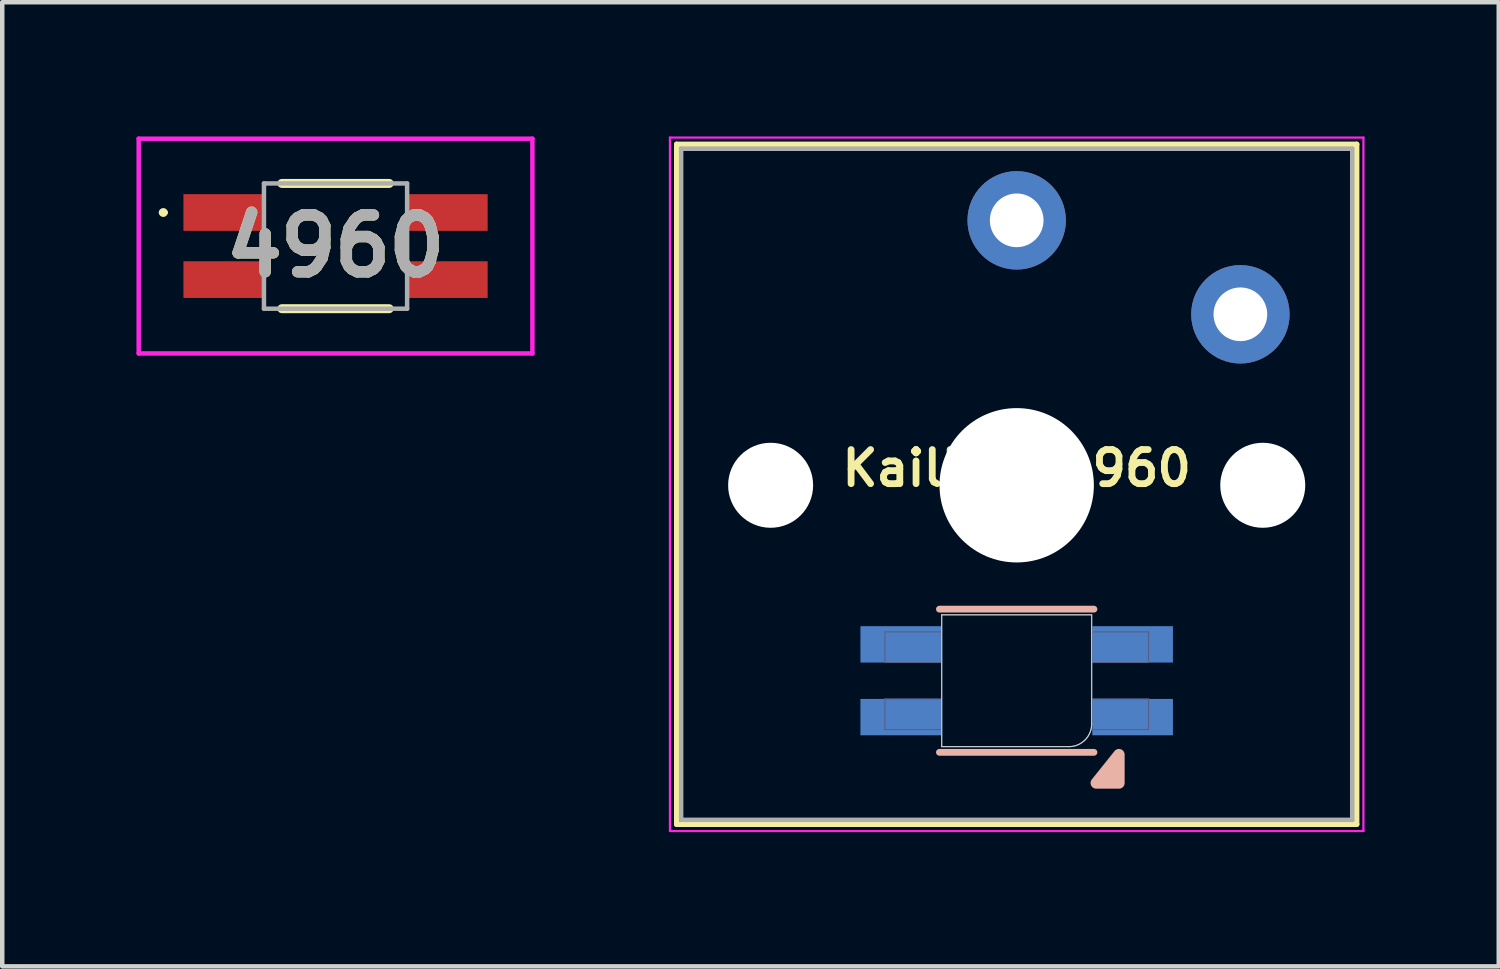
<source format=kicad_pcb>
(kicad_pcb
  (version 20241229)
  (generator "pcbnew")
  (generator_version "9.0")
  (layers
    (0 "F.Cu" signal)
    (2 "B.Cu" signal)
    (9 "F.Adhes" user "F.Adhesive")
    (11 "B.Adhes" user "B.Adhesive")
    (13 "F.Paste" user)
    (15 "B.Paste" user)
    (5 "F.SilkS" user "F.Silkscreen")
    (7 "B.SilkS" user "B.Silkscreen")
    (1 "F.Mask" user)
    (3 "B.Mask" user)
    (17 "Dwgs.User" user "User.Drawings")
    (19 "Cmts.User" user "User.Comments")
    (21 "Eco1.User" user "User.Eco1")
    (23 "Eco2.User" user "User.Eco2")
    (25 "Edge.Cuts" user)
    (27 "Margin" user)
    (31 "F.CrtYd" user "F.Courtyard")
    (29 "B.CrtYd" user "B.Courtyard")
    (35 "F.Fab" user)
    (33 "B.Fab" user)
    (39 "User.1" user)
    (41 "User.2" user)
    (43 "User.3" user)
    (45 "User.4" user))
  (footprint "4960"
    (layer "F.Cu")
    (at 4.45 2.45)
    (property "Reference" "4960" (at 0 0 0) (layer "F.SilkS") (effects (font (size 1.27 1.27) (thickness 0.254))))
    (attr smd)
    (fp_line (start -3.9 -0.75) (end -3.9 -0.75) (stroke (width 0.1) (type solid)) (layer "F.SilkS"))
    (fp_line (start -3.8 -0.75) (end -3.8 -0.75) (stroke (width 0.1) (type solid)) (layer "F.SilkS"))
    (fp_line (start -1.2 -1.4) (end 1.2 -1.4) (stroke (width 0.2) (type solid)) (layer "F.SilkS"))
    (fp_line (start -1.2 1.4) (end 1.2 1.4) (stroke (width 0.2) (type solid)) (layer "F.SilkS"))
    (fp_arc (start -3.9 -0.75) (mid -3.85 -0.8) (end -3.8 -0.75) (stroke (width 0.1) (type solid)) (layer "F.SilkS"))
    (fp_arc (start -3.8 -0.75) (mid -3.85 -0.7) (end -3.9 -0.75) (stroke (width 0.1) (type solid)) (layer "F.SilkS"))
    (fp_line (start -4.4 -2.4) (end 4.4 -2.4) (stroke (width 0.1) (type solid)) (layer "F.CrtYd"))
    (fp_line (start -4.4 2.4) (end -4.4 -2.4) (stroke (width 0.1) (type solid)) (layer "F.CrtYd"))
    (fp_line (start 4.4 -2.4) (end 4.4 2.4) (stroke (width 0.1) (type solid)) (layer "F.CrtYd"))
    (fp_line (start 4.4 2.4) (end -4.4 2.4) (stroke (width 0.1) (type solid)) (layer "F.CrtYd"))
    (fp_line (start -1.6 -1.4) (end 1.6 -1.4) (stroke (width 0.1) (type solid)) (layer "F.Fab"))
    (fp_line (start -1.6 1.4) (end -1.6 -1.4) (stroke (width 0.1) (type solid)) (layer "F.Fab"))
    (fp_line (start 1.6 -1.4) (end 1.6 1.4) (stroke (width 0.1) (type solid)) (layer "F.Fab"))
    (fp_line (start 1.6 1.4) (end -1.6 1.4) (stroke (width 0.1) (type solid)) (layer "F.Fab"))
    (fp_text user "${REFERENCE}" (at 0 0 0) (layer "F.Fab") (effects (font (size 1.27 1.27) (thickness 0.254))))
    (pad "1" smd rect (at -2.5 -0.75 90) (size 0.82 1.8) (layers "F.Cu" "F.Mask" "F.Paste"))
    (pad "2" smd rect (at -2.5 0.75 90) (size 0.82 1.8) (layers "F.Cu" "F.Mask" "F.Paste"))
    (pad "3" smd rect (at 2.5 0.75 90) (size 0.82 1.8) (layers "F.Cu" "F.Mask" "F.Paste"))
    (pad "4" smd rect (at 2.5 -0.75 90) (size 0.82 1.8) (layers "F.Cu" "F.Mask" "F.Paste")))
  (footprint "Kailh_w_4960"
    (layer "F.Cu")
    (at 19.675 7.797)
    (property "Reference" "Kailh_w_4960" (at 0 -0.381 0) (unlocked yes) (layer "F.SilkS") (effects (font (size 0.762 0.762) (thickness 0.152))))
    (attr through_hole)
    (fp_line (start -7.6 -7.622) (end -7.6 7.578) (stroke (width 0.12) (type solid)) (layer "F.SilkS"))
    (fp_line (start -7.6 7.578) (end 7.6 7.578) (stroke (width 0.12) (type solid)) (layer "F.SilkS"))
    (fp_line (start 7.6 -7.622) (end -7.6 -7.622) (stroke (width 0.12) (type solid)) (layer "F.SilkS"))
    (fp_line (start 7.6 7.578) (end 7.6 -7.622) (stroke (width 0.12) (type solid)) (layer "F.SilkS"))
    (fp_line (start -1.727 2.769) (end 1.727 2.769) (stroke (width 0.152) (type solid)) (layer "B.SilkS"))
    (fp_line (start 1.727 5.969) (end -1.727 5.969) (stroke (width 0.152) (type solid)) (layer "B.SilkS"))
    (fp_poly (pts (xy 1.778 6.655) (xy 2.286 6.02) (xy 2.286 6.655)) (stroke (width 0.254) (type solid)) (fill yes) (layer "B.SilkS"))
    (fp_line (start -7.25 -7.272) (end -7.25 7.228) (stroke (width 0.1) (type solid)) (layer "Eco1.User"))
    (fp_line (start -7.25 7.228) (end 7.25 7.228) (stroke (width 0.1) (type solid)) (layer "Eco1.User"))
    (fp_line (start 7.25 -7.272) (end -7.25 -7.272) (stroke (width 0.1) (type solid)) (layer "Eco1.User"))
    (fp_line (start 7.25 7.228) (end 7.25 -7.272) (stroke (width 0.1) (type solid)) (layer "Eco1.User"))
    (fp_line (start -1.676 2.896) (end -1.676 5.842) (stroke (width 0.025) (type solid)) (layer "Edge.Cuts"))
    (fp_line (start -1.676 2.896) (end 1.676 2.896) (stroke (width 0.025) (type solid)) (layer "Edge.Cuts"))
    (fp_line (start -1.676 5.842) (end 1.168 5.842) (stroke (width 0.025) (type solid)) (layer "Edge.Cuts"))
    (fp_line (start 1.676 5.334) (end 1.676 2.896) (stroke (width 0.025) (type solid)) (layer "Edge.Cuts"))
    (fp_arc (start 1.6764 5.334) (mid 1.52761 5.69321) (end 1.1684 5.842) (stroke (width 0.0254) (type default)) (layer "Edge.Cuts"))
    (fp_line (start -7.75 -7.772) (end -7.75 7.728) (stroke (width 0.05) (type solid)) (layer "F.CrtYd"))
    (fp_line (start -7.75 7.728) (end 7.75 7.728) (stroke (width 0.05) (type solid)) (layer "F.CrtYd"))
    (fp_line (start 7.75 -7.772) (end -7.75 -7.772) (stroke (width 0.05) (type solid)) (layer "F.CrtYd"))
    (fp_line (start 7.75 7.728) (end 7.75 -7.772) (stroke (width 0.05) (type solid)) (layer "F.CrtYd"))
    (fp_line (start -2.946 3.277) (end -2.946 3.962) (stroke (width 0.025) (type solid)) (layer "B.Fab"))
    (fp_line (start -2.946 3.962) (end -1.676 3.962) (stroke (width 0.025) (type solid)) (layer "B.Fab"))
    (fp_line (start -2.946 4.775) (end -2.946 5.461) (stroke (width 0.025) (type solid)) (layer "B.Fab"))
    (fp_line (start -2.946 5.461) (end -1.676 5.461) (stroke (width 0.025) (type solid)) (layer "B.Fab"))
    (fp_line (start -1.676 2.896) (end -1.676 5.842) (stroke (width 0.025) (type solid)) (layer "B.Fab"))
    (fp_line (start -1.676 3.277) (end -2.946 3.277) (stroke (width 0.025) (type solid)) (layer "B.Fab"))
    (fp_line (start -1.676 4.775) (end -2.946 4.775) (stroke (width 0.025) (type solid)) (layer "B.Fab"))
    (fp_line (start -1.676 5.842) (end 1.168 5.842) (stroke (width 0.025) (type solid)) (layer "B.Fab"))
    (fp_line (start 1.66 5.461) (end 2.946 5.461) (stroke (width 0.025) (type solid)) (layer "B.Fab"))
    (fp_line (start 1.676 2.896) (end -1.676 2.896) (stroke (width 0.025) (type solid)) (layer "B.Fab"))
    (fp_line (start 1.676 3.962) (end 2.946 3.962) (stroke (width 0.025) (type solid)) (layer "B.Fab"))
    (fp_line (start 1.676 5.334) (end 1.676 2.896) (stroke (width 0.025) (type solid)) (layer "B.Fab"))
    (fp_line (start 2.946 3.277) (end 1.676 3.277) (stroke (width 0.025) (type solid)) (layer "B.Fab"))
    (fp_line (start 2.946 3.962) (end 2.946 3.277) (stroke (width 0.025) (type solid)) (layer "B.Fab"))
    (fp_line (start 2.946 4.775) (end 1.676 4.775) (stroke (width 0.025) (type solid)) (layer "B.Fab"))
    (fp_line (start 2.946 5.461) (end 2.946 4.775) (stroke (width 0.025) (type solid)) (layer "B.Fab"))
    (fp_arc (start 1.6764 5.334) (mid 1.52761 5.69321) (end 1.1684 5.842) (stroke (width 0.0254) (type default)) (layer "B.Fab"))
    (fp_line (start -7.5 -7.522) (end -7.5 7.478) (stroke (width 0.1) (type solid)) (layer "F.Fab"))
    (fp_line (start -7.5 7.478) (end 7.5 7.478) (stroke (width 0.1) (type solid)) (layer "F.Fab"))
    (fp_line (start 7.5 -7.522) (end -7.5 -7.522) (stroke (width 0.1) (type solid)) (layer "F.Fab"))
    (fp_line (start 7.5 7.478) (end 7.5 -7.522) (stroke (width 0.1) (type solid)) (layer "F.Fab"))
    (pad "" np_thru_hole circle (at -5.5 0) (size 1.9 1.9) (drill 1.9) (layers "*.Cu" "*.Mask"))
    (pad "" np_thru_hole circle (at 0 0) (size 3.45 3.45) (drill 3.45) (layers "*.Cu" "*.Mask"))
    (pad "" np_thru_hole circle (at 5.5 0) (size 1.9 1.9) (drill 1.9) (layers "*.Cu" "*.Mask"))
    (pad "1" thru_hole circle (at 0 -5.922) (size 2.2 2.2) (drill 1.2) (layers "*.Cu" "*.Mask"))
    (pad "2" thru_hole circle (at 5 -3.822) (size 2.2 2.2) (drill 1.2) (layers "*.Cu" "*.Mask"))
    (pad "3" smd rect (at -2.591 3.556) (size 1.803 0.813) (layers "B.Cu" "B.Mask" "B.Paste"))
    (pad "4" smd rect (at -2.591 5.182) (size 1.803 0.813) (layers "B.Cu" "B.Mask" "B.Paste"))
    (pad "5" smd rect (at 2.591 5.182) (size 1.803 0.813) (layers "B.Cu" "B.Mask" "B.Paste"))
    (pad "6" smd rect (at 2.591 3.556) (size 1.803 0.813) (layers "B.Cu" "B.Mask" "B.Paste")))
  (gr_rect
    (start -3 -3)
    (end 30.45 18.55)
    (stroke (width 0.1) (type default))
    (fill no)
    (layer "Edge.Cuts")))
</source>
